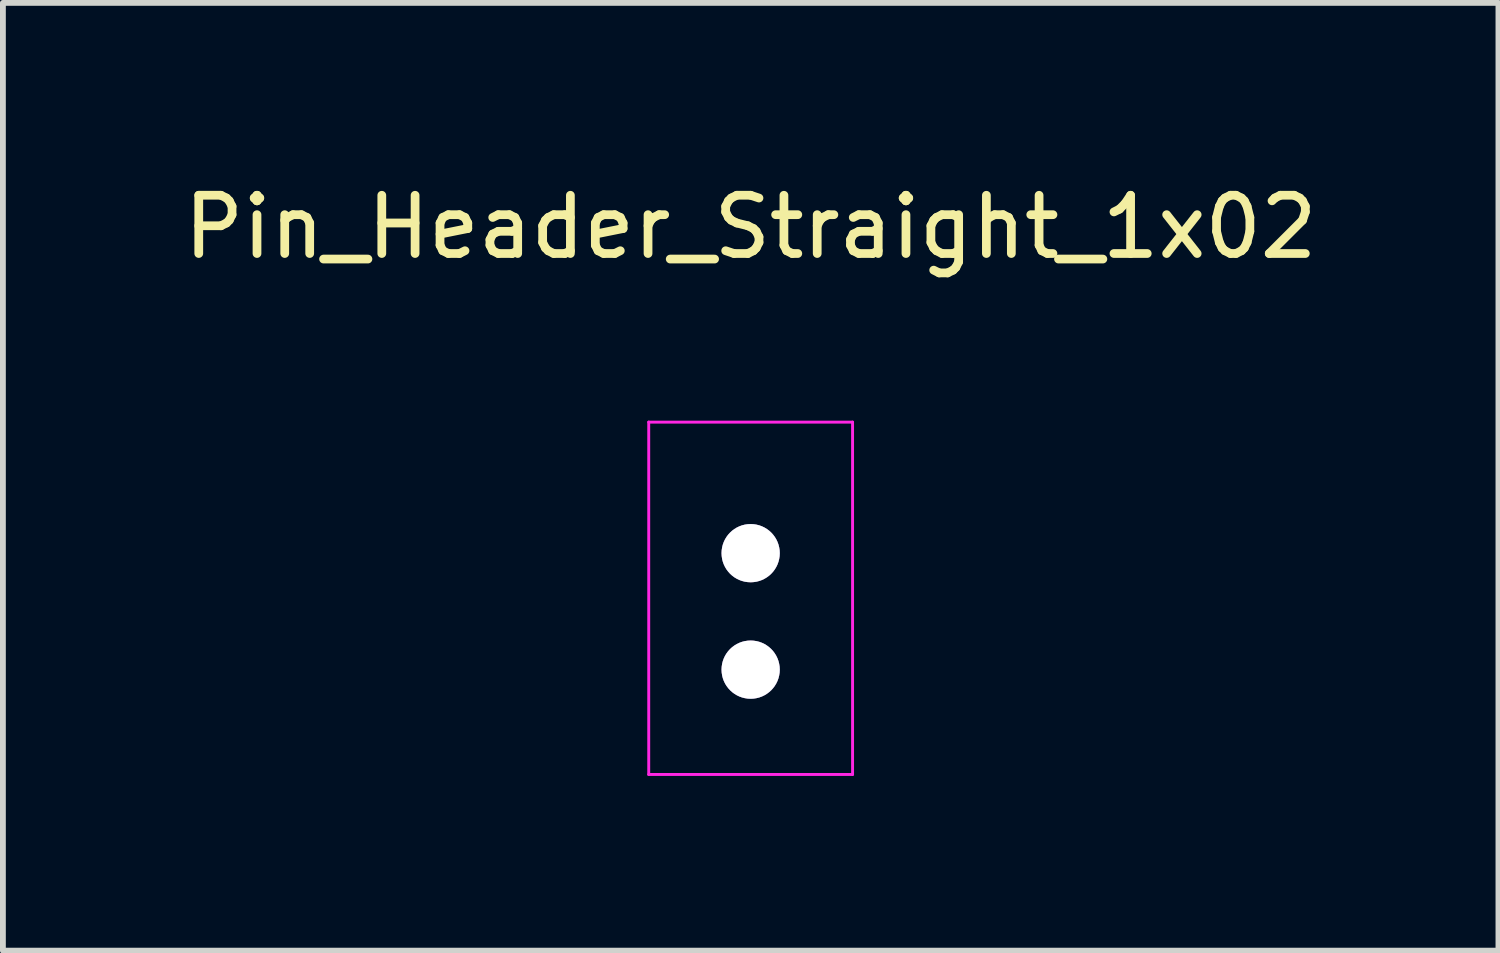
<source format=kicad_pcb>
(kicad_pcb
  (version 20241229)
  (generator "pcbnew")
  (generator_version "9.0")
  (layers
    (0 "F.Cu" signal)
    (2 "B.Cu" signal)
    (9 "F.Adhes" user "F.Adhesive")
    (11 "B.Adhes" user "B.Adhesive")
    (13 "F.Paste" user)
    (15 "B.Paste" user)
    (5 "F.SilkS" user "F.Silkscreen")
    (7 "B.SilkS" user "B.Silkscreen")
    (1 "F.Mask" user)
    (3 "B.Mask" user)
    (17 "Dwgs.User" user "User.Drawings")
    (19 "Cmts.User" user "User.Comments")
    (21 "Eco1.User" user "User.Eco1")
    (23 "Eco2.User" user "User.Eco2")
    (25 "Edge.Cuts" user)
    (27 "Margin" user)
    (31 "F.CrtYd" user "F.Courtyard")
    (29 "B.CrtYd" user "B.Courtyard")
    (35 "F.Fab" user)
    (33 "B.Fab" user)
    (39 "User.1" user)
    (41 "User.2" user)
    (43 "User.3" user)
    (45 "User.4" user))
  (footprint "Pin_Header_Straight_1x02"
    (layer "F.Cu")
    (at 9.839 5.948)
    (property "Reference" "Pin_Header_Straight_1x02" (at 0 -5.1 0) (layer "F.SilkS") (effects (font (size 1 1) (thickness 0.15))))
    (attr through_hole)
    (fp_line (start -1.75 -1.75) (end -1.75 4.3) (stroke (width 0.05) (type solid)) (layer "F.CrtYd"))
    (fp_line (start -1.75 -1.75) (end 1.75 -1.75) (stroke (width 0.05) (type solid)) (layer "F.CrtYd"))
    (fp_line (start -1.75 4.3) (end 1.75 4.3) (stroke (width 0.05) (type solid)) (layer "F.CrtYd"))
    (fp_line (start 1.75 -1.75) (end 1.75 4.3) (stroke (width 0.05) (type solid)) (layer "F.CrtYd"))
    (pad "1" thru_hole circle (at 0 0.5) (size 1 1) (drill 1) (layers "*.Cu" "*.Mask"))
    (pad "2" thru_hole circle (at 0 2.5) (size 1 1) (drill 1) (layers "*.Cu" "*.Mask")))
  (gr_rect
    (start -3 -3)
    (end 22.679 13.273)
    (stroke (width 0.1) (type default))
    (fill no)
    (layer "Edge.Cuts")))
</source>
